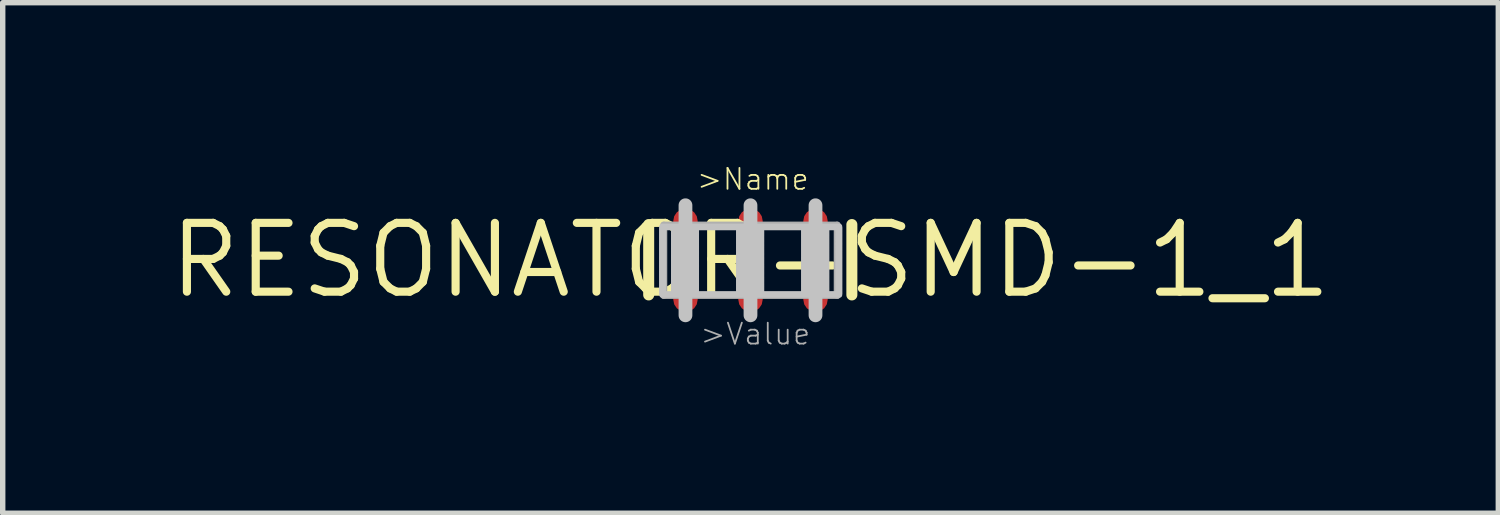
<source format=kicad_pcb>
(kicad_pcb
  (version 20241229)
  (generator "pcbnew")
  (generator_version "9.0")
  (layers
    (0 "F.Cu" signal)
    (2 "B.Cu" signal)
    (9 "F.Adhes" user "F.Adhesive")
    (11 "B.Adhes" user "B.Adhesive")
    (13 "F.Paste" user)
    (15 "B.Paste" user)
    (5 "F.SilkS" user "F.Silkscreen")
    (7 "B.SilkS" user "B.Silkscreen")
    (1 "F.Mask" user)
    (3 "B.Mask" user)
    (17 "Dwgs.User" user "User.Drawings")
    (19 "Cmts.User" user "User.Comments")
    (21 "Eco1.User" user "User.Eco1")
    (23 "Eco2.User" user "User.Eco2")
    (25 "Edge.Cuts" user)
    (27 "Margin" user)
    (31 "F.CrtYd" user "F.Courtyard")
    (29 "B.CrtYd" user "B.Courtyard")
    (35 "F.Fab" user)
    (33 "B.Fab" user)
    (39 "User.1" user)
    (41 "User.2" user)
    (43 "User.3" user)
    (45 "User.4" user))
  (footprint "RESONATOR-SMD-1_1"
    (layer "F.Cu")
    (at 10.802 1.754)
    (property "Reference" "RESONATOR-SMD-1_1" (at 0 0 0) (layer "F.SilkS") (effects (font (size 1.27 1.27) (thickness 0.15))))
    (attr through_hole)
    (fp_poly (pts (xy -1.75 0.77) (xy 1.745 0.77) (xy 1.745 -0.765) (xy -1.75 -0.765)) (stroke (width 0) (type solid)) (fill yes) (layer "F.Mask"))
    (fp_line (start -1.879 0.64) (end -1.879 -0.66) (stroke (width 0.203) (type solid)) (layer "F.SilkS"))
    (fp_line (start 1.871 -0.66) (end 1.871 0.64) (stroke (width 0.203) (type solid)) (layer "F.SilkS"))
    (fp_line (start -1.2 0) (end -1.2 -1.016) (stroke (width 0.254) (type solid)) (layer "Dwgs.User"))
    (fp_line (start -1.2 1.016) (end -1.2 0) (stroke (width 0.254) (type solid)) (layer "Dwgs.User"))
    (fp_line (start 0 0) (end 0 -1.016) (stroke (width 0.254) (type solid)) (layer "Dwgs.User"))
    (fp_line (start 0 0) (end 0 1.016) (stroke (width 0.254) (type solid)) (layer "Dwgs.User"))
    (fp_line (start 1.2 0) (end 1.2 -1.016) (stroke (width 0.254) (type solid)) (layer "Dwgs.User"))
    (fp_line (start 1.2 0) (end 1.2 1.016) (stroke (width 0.254) (type solid)) (layer "Dwgs.User"))
    (fp_poly (pts (xy -1.633 -0.604) (xy 1.643 -0.604) (xy 1.643 -0.626) (xy -1.633 -0.626)) (stroke (width 0.1) (type solid)) (fill no) (layer "Dwgs.User"))
    (fp_poly (pts (xy -1.633 -0.583) (xy -1.611 -0.583) (xy -1.611 -0.604) (xy -1.633 -0.604)) (stroke (width 0.1) (type solid)) (fill no) (layer "Dwgs.User"))
    (fp_poly (pts (xy -1.633 -0.561) (xy -1.611 -0.561) (xy -1.611 -0.583) (xy -1.633 -0.583)) (stroke (width 0.1) (type solid)) (fill no) (layer "Dwgs.User"))
    (fp_poly (pts (xy -1.633 -0.539) (xy -1.611 -0.539) (xy -1.611 -0.561) (xy -1.633 -0.561)) (stroke (width 0.1) (type solid)) (fill no) (layer "Dwgs.User"))
    (fp_poly (pts (xy -1.633 -0.517) (xy -1.611 -0.517) (xy -1.611 -0.539) (xy -1.633 -0.539)) (stroke (width 0.1) (type solid)) (fill no) (layer "Dwgs.User"))
    (fp_poly (pts (xy -1.633 -0.495) (xy -1.611 -0.495) (xy -1.611 -0.517) (xy -1.633 -0.517)) (stroke (width 0.1) (type solid)) (fill no) (layer "Dwgs.User"))
    (fp_poly (pts (xy -1.633 -0.473) (xy -1.611 -0.473) (xy -1.611 -0.495) (xy -1.633 -0.495)) (stroke (width 0.1) (type solid)) (fill no) (layer "Dwgs.User"))
    (fp_poly (pts (xy -1.633 -0.452) (xy -1.611 -0.452) (xy -1.611 -0.473) (xy -1.633 -0.473)) (stroke (width 0.1) (type solid)) (fill no) (layer "Dwgs.User"))
    (fp_poly (pts (xy -1.633 -0.43) (xy -1.611 -0.43) (xy -1.611 -0.452) (xy -1.633 -0.452)) (stroke (width 0.1) (type solid)) (fill no) (layer "Dwgs.User"))
    (fp_poly (pts (xy -1.633 -0.408) (xy -1.611 -0.408) (xy -1.611 -0.43) (xy -1.633 -0.43)) (stroke (width 0.1) (type solid)) (fill no) (layer "Dwgs.User"))
    (fp_poly (pts (xy -1.633 -0.386) (xy -1.611 -0.386) (xy -1.611 -0.408) (xy -1.633 -0.408)) (stroke (width 0.1) (type solid)) (fill no) (layer "Dwgs.User"))
    (fp_poly (pts (xy -1.633 -0.364) (xy -1.611 -0.364) (xy -1.611 -0.386) (xy -1.633 -0.386)) (stroke (width 0.1) (type solid)) (fill no) (layer "Dwgs.User"))
    (fp_poly (pts (xy -1.633 -0.342) (xy -1.611 -0.342) (xy -1.611 -0.364) (xy -1.633 -0.364)) (stroke (width 0.1) (type solid)) (fill no) (layer "Dwgs.User"))
    (fp_poly (pts (xy -1.633 -0.32) (xy -1.611 -0.32) (xy -1.611 -0.342) (xy -1.633 -0.342)) (stroke (width 0.1) (type solid)) (fill no) (layer "Dwgs.User"))
    (fp_poly (pts (xy -1.633 -0.299) (xy -1.611 -0.299) (xy -1.611 -0.32) (xy -1.633 -0.32)) (stroke (width 0.1) (type solid)) (fill no) (layer "Dwgs.User"))
    (fp_poly (pts (xy -1.633 -0.277) (xy -1.611 -0.277) (xy -1.611 -0.299) (xy -1.633 -0.299)) (stroke (width 0.1) (type solid)) (fill no) (layer "Dwgs.User"))
    (fp_poly (pts (xy -1.633 -0.255) (xy -1.611 -0.255) (xy -1.611 -0.277) (xy -1.633 -0.277)) (stroke (width 0.1) (type solid)) (fill no) (layer "Dwgs.User"))
    (fp_poly (pts (xy -1.633 -0.233) (xy -1.611 -0.233) (xy -1.611 -0.255) (xy -1.633 -0.255)) (stroke (width 0.1) (type solid)) (fill no) (layer "Dwgs.User"))
    (fp_poly (pts (xy -1.633 -0.211) (xy -1.611 -0.211) (xy -1.611 -0.233) (xy -1.633 -0.233)) (stroke (width 0.1) (type solid)) (fill no) (layer "Dwgs.User"))
    (fp_poly (pts (xy -1.633 -0.189) (xy -1.611 -0.189) (xy -1.611 -0.211) (xy -1.633 -0.211)) (stroke (width 0.1) (type solid)) (fill no) (layer "Dwgs.User"))
    (fp_poly (pts (xy -1.633 -0.168) (xy -1.611 -0.168) (xy -1.611 -0.189) (xy -1.633 -0.189)) (stroke (width 0.1) (type solid)) (fill no) (layer "Dwgs.User"))
    (fp_poly (pts (xy -1.633 -0.146) (xy -1.611 -0.146) (xy -1.611 -0.168) (xy -1.633 -0.168)) (stroke (width 0.1) (type solid)) (fill no) (layer "Dwgs.User"))
    (fp_poly (pts (xy -1.633 -0.124) (xy -1.611 -0.124) (xy -1.611 -0.146) (xy -1.633 -0.146)) (stroke (width 0.1) (type solid)) (fill no) (layer "Dwgs.User"))
    (fp_poly (pts (xy -1.633 -0.102) (xy -1.611 -0.102) (xy -1.611 -0.124) (xy -1.633 -0.124)) (stroke (width 0.1) (type solid)) (fill no) (layer "Dwgs.User"))
    (fp_poly (pts (xy -1.633 -0.08) (xy -1.611 -0.08) (xy -1.611 -0.102) (xy -1.633 -0.102)) (stroke (width 0.1) (type solid)) (fill no) (layer "Dwgs.User"))
    (fp_poly (pts (xy -1.633 -0.058) (xy -1.611 -0.058) (xy -1.611 -0.08) (xy -1.633 -0.08)) (stroke (width 0.1) (type solid)) (fill no) (layer "Dwgs.User"))
    (fp_poly (pts (xy -1.633 -0.037) (xy -1.611 -0.037) (xy -1.611 -0.058) (xy -1.633 -0.058)) (stroke (width 0.1) (type solid)) (fill no) (layer "Dwgs.User"))
    (fp_poly (pts (xy -1.633 -0.015) (xy -1.611 -0.015) (xy -1.611 -0.037) (xy -1.633 -0.037)) (stroke (width 0.1) (type solid)) (fill no) (layer "Dwgs.User"))
    (fp_poly (pts (xy -1.633 0.007) (xy -1.611 0.007) (xy -1.611 -0.015) (xy -1.633 -0.015)) (stroke (width 0.1) (type solid)) (fill no) (layer "Dwgs.User"))
    (fp_poly (pts (xy -1.633 0.029) (xy -1.611 0.029) (xy -1.611 0.007) (xy -1.633 0.007)) (stroke (width 0.1) (type solid)) (fill no) (layer "Dwgs.User"))
    (fp_poly (pts (xy -1.633 0.051) (xy -1.611 0.051) (xy -1.611 0.029) (xy -1.633 0.029)) (stroke (width 0.1) (type solid)) (fill no) (layer "Dwgs.User"))
    (fp_poly (pts (xy -1.633 0.073) (xy -1.611 0.073) (xy -1.611 0.051) (xy -1.633 0.051)) (stroke (width 0.1) (type solid)) (fill no) (layer "Dwgs.User"))
    (fp_poly (pts (xy -1.633 0.095) (xy -1.611 0.095) (xy -1.611 0.073) (xy -1.633 0.073)) (stroke (width 0.1) (type solid)) (fill no) (layer "Dwgs.User"))
    (fp_poly (pts (xy -1.633 0.116) (xy -1.611 0.116) (xy -1.611 0.095) (xy -1.633 0.095)) (stroke (width 0.1) (type solid)) (fill no) (layer "Dwgs.User"))
    (fp_poly (pts (xy -1.633 0.138) (xy -1.611 0.138) (xy -1.611 0.116) (xy -1.633 0.116)) (stroke (width 0.1) (type solid)) (fill no) (layer "Dwgs.User"))
    (fp_poly (pts (xy -1.633 0.16) (xy -1.611 0.16) (xy -1.611 0.138) (xy -1.633 0.138)) (stroke (width 0.1) (type solid)) (fill no) (layer "Dwgs.User"))
    (fp_poly (pts (xy -1.633 0.182) (xy -1.611 0.182) (xy -1.611 0.16) (xy -1.633 0.16)) (stroke (width 0.1) (type solid)) (fill no) (layer "Dwgs.User"))
    (fp_poly (pts (xy -1.633 0.204) (xy -1.611 0.204) (xy -1.611 0.182) (xy -1.633 0.182)) (stroke (width 0.1) (type solid)) (fill no) (layer "Dwgs.User"))
    (fp_poly (pts (xy -1.633 0.226) (xy -1.611 0.226) (xy -1.611 0.204) (xy -1.633 0.204)) (stroke (width 0.1) (type solid)) (fill no) (layer "Dwgs.User"))
    (fp_poly (pts (xy -1.633 0.247) (xy -1.611 0.247) (xy -1.611 0.226) (xy -1.633 0.226)) (stroke (width 0.1) (type solid)) (fill no) (layer "Dwgs.User"))
    (fp_poly (pts (xy -1.633 0.269) (xy -1.611 0.269) (xy -1.611 0.247) (xy -1.633 0.247)) (stroke (width 0.1) (type solid)) (fill no) (layer "Dwgs.User"))
    (fp_poly (pts (xy -1.633 0.291) (xy -1.611 0.291) (xy -1.611 0.269) (xy -1.633 0.269)) (stroke (width 0.1) (type solid)) (fill no) (layer "Dwgs.User"))
    (fp_poly (pts (xy -1.633 0.313) (xy -1.611 0.313) (xy -1.611 0.291) (xy -1.633 0.291)) (stroke (width 0.1) (type solid)) (fill no) (layer "Dwgs.User"))
    (fp_poly (pts (xy -1.633 0.335) (xy -1.611 0.335) (xy -1.611 0.313) (xy -1.633 0.313)) (stroke (width 0.1) (type solid)) (fill no) (layer "Dwgs.User"))
    (fp_poly (pts (xy -1.633 0.357) (xy -1.611 0.357) (xy -1.611 0.335) (xy -1.633 0.335)) (stroke (width 0.1) (type solid)) (fill no) (layer "Dwgs.User"))
    (fp_poly (pts (xy -1.633 0.379) (xy -1.611 0.379) (xy -1.611 0.357) (xy -1.633 0.357)) (stroke (width 0.1) (type solid)) (fill no) (layer "Dwgs.User"))
    (fp_poly (pts (xy -1.633 0.4) (xy -1.611 0.4) (xy -1.611 0.379) (xy -1.633 0.379)) (stroke (width 0.1) (type solid)) (fill no) (layer "Dwgs.User"))
    (fp_poly (pts (xy -1.633 0.422) (xy -1.611 0.422) (xy -1.611 0.4) (xy -1.633 0.4)) (stroke (width 0.1) (type solid)) (fill no) (layer "Dwgs.User"))
    (fp_poly (pts (xy -1.633 0.444) (xy -1.611 0.444) (xy -1.611 0.422) (xy -1.633 0.422)) (stroke (width 0.1) (type solid)) (fill no) (layer "Dwgs.User"))
    (fp_poly (pts (xy -1.633 0.466) (xy -1.611 0.466) (xy -1.611 0.444) (xy -1.633 0.444)) (stroke (width 0.1) (type solid)) (fill no) (layer "Dwgs.User"))
    (fp_poly (pts (xy -1.633 0.488) (xy -1.611 0.488) (xy -1.611 0.466) (xy -1.633 0.466)) (stroke (width 0.1) (type solid)) (fill no) (layer "Dwgs.User"))
    (fp_poly (pts (xy -1.633 0.51) (xy -1.611 0.51) (xy -1.611 0.488) (xy -1.633 0.488)) (stroke (width 0.1) (type solid)) (fill no) (layer "Dwgs.User"))
    (fp_poly (pts (xy -1.633 0.531) (xy -1.611 0.531) (xy -1.611 0.51) (xy -1.633 0.51)) (stroke (width 0.1) (type solid)) (fill no) (layer "Dwgs.User"))
    (fp_poly (pts (xy -1.633 0.553) (xy -1.611 0.553) (xy -1.611 0.531) (xy -1.633 0.531)) (stroke (width 0.1) (type solid)) (fill no) (layer "Dwgs.User"))
    (fp_poly (pts (xy -1.633 0.575) (xy -1.611 0.575) (xy -1.611 0.553) (xy -1.633 0.553)) (stroke (width 0.1) (type solid)) (fill no) (layer "Dwgs.User"))
    (fp_poly (pts (xy -1.633 0.597) (xy -1.611 0.597) (xy -1.611 0.575) (xy -1.633 0.575)) (stroke (width 0.1) (type solid)) (fill no) (layer "Dwgs.User"))
    (fp_poly (pts (xy -1.633 0.619) (xy -1.611 0.619) (xy -1.611 0.597) (xy -1.633 0.597)) (stroke (width 0.1) (type solid)) (fill no) (layer "Dwgs.User"))
    (fp_poly (pts (xy -1.633 0.641) (xy 1.643 0.641) (xy 1.643 0.619) (xy -1.633 0.619)) (stroke (width 0.1) (type solid)) (fill no) (layer "Dwgs.User"))
    (fp_poly (pts (xy -1.415 -0.583) (xy -1 -0.583) (xy -1 -0.604) (xy -1.415 -0.604)) (stroke (width 0.1) (type solid)) (fill no) (layer "Dwgs.User"))
    (fp_poly (pts (xy -1.415 -0.561) (xy -1 -0.561) (xy -1 -0.583) (xy -1.415 -0.583)) (stroke (width 0.1) (type solid)) (fill no) (layer "Dwgs.User"))
    (fp_poly (pts (xy -1.415 -0.539) (xy -1 -0.539) (xy -1 -0.561) (xy -1.415 -0.561)) (stroke (width 0.1) (type solid)) (fill no) (layer "Dwgs.User"))
    (fp_poly (pts (xy -1.415 -0.517) (xy -1 -0.517) (xy -1 -0.539) (xy -1.415 -0.539)) (stroke (width 0.1) (type solid)) (fill no) (layer "Dwgs.User"))
    (fp_poly (pts (xy -1.415 -0.495) (xy -1 -0.495) (xy -1 -0.517) (xy -1.415 -0.517)) (stroke (width 0.1) (type solid)) (fill no) (layer "Dwgs.User"))
    (fp_poly (pts (xy -1.415 -0.473) (xy -1 -0.473) (xy -1 -0.495) (xy -1.415 -0.495)) (stroke (width 0.1) (type solid)) (fill no) (layer "Dwgs.User"))
    (fp_poly (pts (xy -1.415 -0.452) (xy -1 -0.452) (xy -1 -0.473) (xy -1.415 -0.473)) (stroke (width 0.1) (type solid)) (fill no) (layer "Dwgs.User"))
    (fp_poly (pts (xy -1.415 -0.43) (xy -1 -0.43) (xy -1 -0.452) (xy -1.415 -0.452)) (stroke (width 0.1) (type solid)) (fill no) (layer "Dwgs.User"))
    (fp_poly (pts (xy -1.415 -0.408) (xy -1 -0.408) (xy -1 -0.43) (xy -1.415 -0.43)) (stroke (width 0.1) (type solid)) (fill no) (layer "Dwgs.User"))
    (fp_poly (pts (xy -1.415 -0.386) (xy -1 -0.386) (xy -1 -0.408) (xy -1.415 -0.408)) (stroke (width 0.1) (type solid)) (fill no) (layer "Dwgs.User"))
    (fp_poly (pts (xy -1.415 -0.364) (xy -1 -0.364) (xy -1 -0.386) (xy -1.415 -0.386)) (stroke (width 0.1) (type solid)) (fill no) (layer "Dwgs.User"))
    (fp_poly (pts (xy -1.415 -0.342) (xy -1 -0.342) (xy -1 -0.364) (xy -1.415 -0.364)) (stroke (width 0.1) (type solid)) (fill no) (layer "Dwgs.User"))
    (fp_poly (pts (xy -1.415 -0.32) (xy -1 -0.32) (xy -1 -0.342) (xy -1.415 -0.342)) (stroke (width 0.1) (type solid)) (fill no) (layer "Dwgs.User"))
    (fp_poly (pts (xy -1.415 -0.299) (xy -1 -0.299) (xy -1 -0.32) (xy -1.415 -0.32)) (stroke (width 0.1) (type solid)) (fill no) (layer "Dwgs.User"))
    (fp_poly (pts (xy -1.415 -0.277) (xy -1 -0.277) (xy -1 -0.299) (xy -1.415 -0.299)) (stroke (width 0.1) (type solid)) (fill no) (layer "Dwgs.User"))
    (fp_poly (pts (xy -1.415 -0.255) (xy -1 -0.255) (xy -1 -0.277) (xy -1.415 -0.277)) (stroke (width 0.1) (type solid)) (fill no) (layer "Dwgs.User"))
    (fp_poly (pts (xy -1.415 -0.233) (xy -1 -0.233) (xy -1 -0.255) (xy -1.415 -0.255)) (stroke (width 0.1) (type solid)) (fill no) (layer "Dwgs.User"))
    (fp_poly (pts (xy -1.415 -0.211) (xy -1 -0.211) (xy -1 -0.233) (xy -1.415 -0.233)) (stroke (width 0.1) (type solid)) (fill no) (layer "Dwgs.User"))
    (fp_poly (pts (xy -1.415 -0.189) (xy -1 -0.189) (xy -1 -0.211) (xy -1.415 -0.211)) (stroke (width 0.1) (type solid)) (fill no) (layer "Dwgs.User"))
    (fp_poly (pts (xy -1.415 -0.168) (xy -1 -0.168) (xy -1 -0.189) (xy -1.415 -0.189)) (stroke (width 0.1) (type solid)) (fill no) (layer "Dwgs.User"))
    (fp_poly (pts (xy -1.415 -0.146) (xy -1 -0.146) (xy -1 -0.168) (xy -1.415 -0.168)) (stroke (width 0.1) (type solid)) (fill no) (layer "Dwgs.User"))
    (fp_poly (pts (xy -1.415 -0.124) (xy -1 -0.124) (xy -1 -0.146) (xy -1.415 -0.146)) (stroke (width 0.1) (type solid)) (fill no) (layer "Dwgs.User"))
    (fp_poly (pts (xy -1.415 -0.102) (xy -1 -0.102) (xy -1 -0.124) (xy -1.415 -0.124)) (stroke (width 0.1) (type solid)) (fill no) (layer "Dwgs.User"))
    (fp_poly (pts (xy -1.415 -0.08) (xy -1 -0.08) (xy -1 -0.102) (xy -1.415 -0.102)) (stroke (width 0.1) (type solid)) (fill no) (layer "Dwgs.User"))
    (fp_poly (pts (xy -1.415 -0.058) (xy -1 -0.058) (xy -1 -0.08) (xy -1.415 -0.08)) (stroke (width 0.1) (type solid)) (fill no) (layer "Dwgs.User"))
    (fp_poly (pts (xy -1.415 -0.037) (xy -1 -0.037) (xy -1 -0.058) (xy -1.415 -0.058)) (stroke (width 0.1) (type solid)) (fill no) (layer "Dwgs.User"))
    (fp_poly (pts (xy -1.415 -0.015) (xy -1 -0.015) (xy -1 -0.037) (xy -1.415 -0.037)) (stroke (width 0.1) (type solid)) (fill no) (layer "Dwgs.User"))
    (fp_poly (pts (xy -1.415 0.007) (xy -1 0.007) (xy -1 -0.015) (xy -1.415 -0.015)) (stroke (width 0.1) (type solid)) (fill no) (layer "Dwgs.User"))
    (fp_poly (pts (xy -1.415 0.029) (xy -1 0.029) (xy -1 0.007) (xy -1.415 0.007)) (stroke (width 0.1) (type solid)) (fill no) (layer "Dwgs.User"))
    (fp_poly (pts (xy -1.415 0.051) (xy -1 0.051) (xy -1 0.029) (xy -1.415 0.029)) (stroke (width 0.1) (type solid)) (fill no) (layer "Dwgs.User"))
    (fp_poly (pts (xy -1.415 0.073) (xy -1 0.073) (xy -1 0.051) (xy -1.415 0.051)) (stroke (width 0.1) (type solid)) (fill no) (layer "Dwgs.User"))
    (fp_poly (pts (xy -1.415 0.095) (xy -1 0.095) (xy -1 0.073) (xy -1.415 0.073)) (stroke (width 0.1) (type solid)) (fill no) (layer "Dwgs.User"))
    (fp_poly (pts (xy -1.415 0.116) (xy -1 0.116) (xy -1 0.095) (xy -1.415 0.095)) (stroke (width 0.1) (type solid)) (fill no) (layer "Dwgs.User"))
    (fp_poly (pts (xy -1.415 0.138) (xy -1 0.138) (xy -1 0.116) (xy -1.415 0.116)) (stroke (width 0.1) (type solid)) (fill no) (layer "Dwgs.User"))
    (fp_poly (pts (xy -1.415 0.16) (xy -1 0.16) (xy -1 0.138) (xy -1.415 0.138)) (stroke (width 0.1) (type solid)) (fill no) (layer "Dwgs.User"))
    (fp_poly (pts (xy -1.415 0.182) (xy -1 0.182) (xy -1 0.16) (xy -1.415 0.16)) (stroke (width 0.1) (type solid)) (fill no) (layer "Dwgs.User"))
    (fp_poly (pts (xy -1.415 0.204) (xy -1 0.204) (xy -1 0.182) (xy -1.415 0.182)) (stroke (width 0.1) (type solid)) (fill no) (layer "Dwgs.User"))
    (fp_poly (pts (xy -1.415 0.226) (xy -1 0.226) (xy -1 0.204) (xy -1.415 0.204)) (stroke (width 0.1) (type solid)) (fill no) (layer "Dwgs.User"))
    (fp_poly (pts (xy -1.415 0.247) (xy -1 0.247) (xy -1 0.226) (xy -1.415 0.226)) (stroke (width 0.1) (type solid)) (fill no) (layer "Dwgs.User"))
    (fp_poly (pts (xy -1.415 0.269) (xy -1 0.269) (xy -1 0.247) (xy -1.415 0.247)) (stroke (width 0.1) (type solid)) (fill no) (layer "Dwgs.User"))
    (fp_poly (pts (xy -1.415 0.291) (xy -1 0.291) (xy -1 0.269) (xy -1.415 0.269)) (stroke (width 0.1) (type solid)) (fill no) (layer "Dwgs.User"))
    (fp_poly (pts (xy -1.415 0.313) (xy -1 0.313) (xy -1 0.291) (xy -1.415 0.291)) (stroke (width 0.1) (type solid)) (fill no) (layer "Dwgs.User"))
    (fp_poly (pts (xy -1.415 0.335) (xy -1 0.335) (xy -1 0.313) (xy -1.415 0.313)) (stroke (width 0.1) (type solid)) (fill no) (layer "Dwgs.User"))
    (fp_poly (pts (xy -1.415 0.357) (xy -1 0.357) (xy -1 0.335) (xy -1.415 0.335)) (stroke (width 0.1) (type solid)) (fill no) (layer "Dwgs.User"))
    (fp_poly (pts (xy -1.415 0.379) (xy -1 0.379) (xy -1 0.357) (xy -1.415 0.357)) (stroke (width 0.1) (type solid)) (fill no) (layer "Dwgs.User"))
    (fp_poly (pts (xy -1.415 0.4) (xy -1 0.4) (xy -1 0.379) (xy -1.415 0.379)) (stroke (width 0.1) (type solid)) (fill no) (layer "Dwgs.User"))
    (fp_poly (pts (xy -1.415 0.422) (xy -1 0.422) (xy -1 0.4) (xy -1.415 0.4)) (stroke (width 0.1) (type solid)) (fill no) (layer "Dwgs.User"))
    (fp_poly (pts (xy -1.415 0.444) (xy -1 0.444) (xy -1 0.422) (xy -1.415 0.422)) (stroke (width 0.1) (type solid)) (fill no) (layer "Dwgs.User"))
    (fp_poly (pts (xy -1.415 0.466) (xy -1 0.466) (xy -1 0.444) (xy -1.415 0.444)) (stroke (width 0.1) (type solid)) (fill no) (layer "Dwgs.User"))
    (fp_poly (pts (xy -1.415 0.488) (xy -1 0.488) (xy -1 0.466) (xy -1.415 0.466)) (stroke (width 0.1) (type solid)) (fill no) (layer "Dwgs.User"))
    (fp_poly (pts (xy -1.415 0.51) (xy -1 0.51) (xy -1 0.488) (xy -1.415 0.488)) (stroke (width 0.1) (type solid)) (fill no) (layer "Dwgs.User"))
    (fp_poly (pts (xy -1.415 0.531) (xy -1 0.531) (xy -1 0.51) (xy -1.415 0.51)) (stroke (width 0.1) (type solid)) (fill no) (layer "Dwgs.User"))
    (fp_poly (pts (xy -1.415 0.553) (xy -1 0.553) (xy -1 0.531) (xy -1.415 0.531)) (stroke (width 0.1) (type solid)) (fill no) (layer "Dwgs.User"))
    (fp_poly (pts (xy -1.415 0.575) (xy -1 0.575) (xy -1 0.553) (xy -1.415 0.553)) (stroke (width 0.1) (type solid)) (fill no) (layer "Dwgs.User"))
    (fp_poly (pts (xy -1.415 0.597) (xy -1 0.597) (xy -1 0.575) (xy -1.415 0.575)) (stroke (width 0.1) (type solid)) (fill no) (layer "Dwgs.User"))
    (fp_poly (pts (xy -1.415 0.619) (xy -1 0.619) (xy -1 0.597) (xy -1.415 0.597)) (stroke (width 0.1) (type solid)) (fill no) (layer "Dwgs.User"))
    (fp_poly (pts (xy -0.213 -0.583) (xy 0.202 -0.583) (xy 0.202 -0.604) (xy -0.213 -0.604)) (stroke (width 0.1) (type solid)) (fill no) (layer "Dwgs.User"))
    (fp_poly (pts (xy -0.213 -0.561) (xy 0.202 -0.561) (xy 0.202 -0.583) (xy -0.213 -0.583)) (stroke (width 0.1) (type solid)) (fill no) (layer "Dwgs.User"))
    (fp_poly (pts (xy -0.213 -0.539) (xy 0.202 -0.539) (xy 0.202 -0.561) (xy -0.213 -0.561)) (stroke (width 0.1) (type solid)) (fill no) (layer "Dwgs.User"))
    (fp_poly (pts (xy -0.213 -0.517) (xy 0.202 -0.517) (xy 0.202 -0.539) (xy -0.213 -0.539)) (stroke (width 0.1) (type solid)) (fill no) (layer "Dwgs.User"))
    (fp_poly (pts (xy -0.213 -0.495) (xy 0.202 -0.495) (xy 0.202 -0.517) (xy -0.213 -0.517)) (stroke (width 0.1) (type solid)) (fill no) (layer "Dwgs.User"))
    (fp_poly (pts (xy -0.213 -0.473) (xy 0.202 -0.473) (xy 0.202 -0.495) (xy -0.213 -0.495)) (stroke (width 0.1) (type solid)) (fill no) (layer "Dwgs.User"))
    (fp_poly (pts (xy -0.213 -0.452) (xy 0.202 -0.452) (xy 0.202 -0.473) (xy -0.213 -0.473)) (stroke (width 0.1) (type solid)) (fill no) (layer "Dwgs.User"))
    (fp_poly (pts (xy -0.213 -0.43) (xy 0.202 -0.43) (xy 0.202 -0.452) (xy -0.213 -0.452)) (stroke (width 0.1) (type solid)) (fill no) (layer "Dwgs.User"))
    (fp_poly (pts (xy -0.213 -0.408) (xy 0.202 -0.408) (xy 0.202 -0.43) (xy -0.213 -0.43)) (stroke (width 0.1) (type solid)) (fill no) (layer "Dwgs.User"))
    (fp_poly (pts (xy -0.213 -0.386) (xy 0.202 -0.386) (xy 0.202 -0.408) (xy -0.213 -0.408)) (stroke (width 0.1) (type solid)) (fill no) (layer "Dwgs.User"))
    (fp_poly (pts (xy -0.213 -0.364) (xy 0.202 -0.364) (xy 0.202 -0.386) (xy -0.213 -0.386)) (stroke (width 0.1) (type solid)) (fill no) (layer "Dwgs.User"))
    (fp_poly (pts (xy -0.213 -0.342) (xy 0.202 -0.342) (xy 0.202 -0.364) (xy -0.213 -0.364)) (stroke (width 0.1) (type solid)) (fill no) (layer "Dwgs.User"))
    (fp_poly (pts (xy -0.213 -0.32) (xy 0.202 -0.32) (xy 0.202 -0.342) (xy -0.213 -0.342)) (stroke (width 0.1) (type solid)) (fill no) (layer "Dwgs.User"))
    (fp_poly (pts (xy -0.213 -0.299) (xy 0.202 -0.299) (xy 0.202 -0.32) (xy -0.213 -0.32)) (stroke (width 0.1) (type solid)) (fill no) (layer "Dwgs.User"))
    (fp_poly (pts (xy -0.213 -0.277) (xy 0.202 -0.277) (xy 0.202 -0.299) (xy -0.213 -0.299)) (stroke (width 0.1) (type solid)) (fill no) (layer "Dwgs.User"))
    (fp_poly (pts (xy -0.213 -0.255) (xy 0.202 -0.255) (xy 0.202 -0.277) (xy -0.213 -0.277)) (stroke (width 0.1) (type solid)) (fill no) (layer "Dwgs.User"))
    (fp_poly (pts (xy -0.213 -0.233) (xy 0.202 -0.233) (xy 0.202 -0.255) (xy -0.213 -0.255)) (stroke (width 0.1) (type solid)) (fill no) (layer "Dwgs.User"))
    (fp_poly (pts (xy -0.213 -0.211) (xy 0.202 -0.211) (xy 0.202 -0.233) (xy -0.213 -0.233)) (stroke (width 0.1) (type solid)) (fill no) (layer "Dwgs.User"))
    (fp_poly (pts (xy -0.213 -0.189) (xy 0.202 -0.189) (xy 0.202 -0.211) (xy -0.213 -0.211)) (stroke (width 0.1) (type solid)) (fill no) (layer "Dwgs.User"))
    (fp_poly (pts (xy -0.213 -0.168) (xy 0.202 -0.168) (xy 0.202 -0.189) (xy -0.213 -0.189)) (stroke (width 0.1) (type solid)) (fill no) (layer "Dwgs.User"))
    (fp_poly (pts (xy -0.213 -0.146) (xy 0.202 -0.146) (xy 0.202 -0.168) (xy -0.213 -0.168)) (stroke (width 0.1) (type solid)) (fill no) (layer "Dwgs.User"))
    (fp_poly (pts (xy -0.213 -0.124) (xy 0.202 -0.124) (xy 0.202 -0.146) (xy -0.213 -0.146)) (stroke (width 0.1) (type solid)) (fill no) (layer "Dwgs.User"))
    (fp_poly (pts (xy -0.213 -0.102) (xy 0.202 -0.102) (xy 0.202 -0.124) (xy -0.213 -0.124)) (stroke (width 0.1) (type solid)) (fill no) (layer "Dwgs.User"))
    (fp_poly (pts (xy -0.213 -0.08) (xy 0.202 -0.08) (xy 0.202 -0.102) (xy -0.213 -0.102)) (stroke (width 0.1) (type solid)) (fill no) (layer "Dwgs.User"))
    (fp_poly (pts (xy -0.213 -0.058) (xy 0.202 -0.058) (xy 0.202 -0.08) (xy -0.213 -0.08)) (stroke (width 0.1) (type solid)) (fill no) (layer "Dwgs.User"))
    (fp_poly (pts (xy -0.213 -0.037) (xy 0.202 -0.037) (xy 0.202 -0.058) (xy -0.213 -0.058)) (stroke (width 0.1) (type solid)) (fill no) (layer "Dwgs.User"))
    (fp_poly (pts (xy -0.213 -0.015) (xy 0.202 -0.015) (xy 0.202 -0.037) (xy -0.213 -0.037)) (stroke (width 0.1) (type solid)) (fill no) (layer "Dwgs.User"))
    (fp_poly (pts (xy -0.213 0.007) (xy 0.202 0.007) (xy 0.202 -0.015) (xy -0.213 -0.015)) (stroke (width 0.1) (type solid)) (fill no) (layer "Dwgs.User"))
    (fp_poly (pts (xy -0.213 0.029) (xy 0.202 0.029) (xy 0.202 0.007) (xy -0.213 0.007)) (stroke (width 0.1) (type solid)) (fill no) (layer "Dwgs.User"))
    (fp_poly (pts (xy -0.213 0.051) (xy 0.202 0.051) (xy 0.202 0.029) (xy -0.213 0.029)) (stroke (width 0.1) (type solid)) (fill no) (layer "Dwgs.User"))
    (fp_poly (pts (xy -0.213 0.073) (xy 0.202 0.073) (xy 0.202 0.051) (xy -0.213 0.051)) (stroke (width 0.1) (type solid)) (fill no) (layer "Dwgs.User"))
    (fp_poly (pts (xy -0.213 0.095) (xy 0.202 0.095) (xy 0.202 0.073) (xy -0.213 0.073)) (stroke (width 0.1) (type solid)) (fill no) (layer "Dwgs.User"))
    (fp_poly (pts (xy -0.213 0.116) (xy 0.202 0.116) (xy 0.202 0.095) (xy -0.213 0.095)) (stroke (width 0.1) (type solid)) (fill no) (layer "Dwgs.User"))
    (fp_poly (pts (xy -0.213 0.138) (xy 0.202 0.138) (xy 0.202 0.116) (xy -0.213 0.116)) (stroke (width 0.1) (type solid)) (fill no) (layer "Dwgs.User"))
    (fp_poly (pts (xy -0.213 0.16) (xy 0.202 0.16) (xy 0.202 0.138) (xy -0.213 0.138)) (stroke (width 0.1) (type solid)) (fill no) (layer "Dwgs.User"))
    (fp_poly (pts (xy -0.213 0.182) (xy 0.202 0.182) (xy 0.202 0.16) (xy -0.213 0.16)) (stroke (width 0.1) (type solid)) (fill no) (layer "Dwgs.User"))
    (fp_poly (pts (xy -0.213 0.204) (xy 0.202 0.204) (xy 0.202 0.182) (xy -0.213 0.182)) (stroke (width 0.1) (type solid)) (fill no) (layer "Dwgs.User"))
    (fp_poly (pts (xy -0.213 0.226) (xy 0.202 0.226) (xy 0.202 0.204) (xy -0.213 0.204)) (stroke (width 0.1) (type solid)) (fill no) (layer "Dwgs.User"))
    (fp_poly (pts (xy -0.213 0.247) (xy 0.202 0.247) (xy 0.202 0.226) (xy -0.213 0.226)) (stroke (width 0.1) (type solid)) (fill no) (layer "Dwgs.User"))
    (fp_poly (pts (xy -0.213 0.269) (xy 0.202 0.269) (xy 0.202 0.247) (xy -0.213 0.247)) (stroke (width 0.1) (type solid)) (fill no) (layer "Dwgs.User"))
    (fp_poly (pts (xy -0.213 0.291) (xy 0.202 0.291) (xy 0.202 0.269) (xy -0.213 0.269)) (stroke (width 0.1) (type solid)) (fill no) (layer "Dwgs.User"))
    (fp_poly (pts (xy -0.213 0.313) (xy 0.202 0.313) (xy 0.202 0.291) (xy -0.213 0.291)) (stroke (width 0.1) (type solid)) (fill no) (layer "Dwgs.User"))
    (fp_poly (pts (xy -0.213 0.335) (xy 0.202 0.335) (xy 0.202 0.313) (xy -0.213 0.313)) (stroke (width 0.1) (type solid)) (fill no) (layer "Dwgs.User"))
    (fp_poly (pts (xy -0.213 0.357) (xy 0.202 0.357) (xy 0.202 0.335) (xy -0.213 0.335)) (stroke (width 0.1) (type solid)) (fill no) (layer "Dwgs.User"))
    (fp_poly (pts (xy -0.213 0.379) (xy 0.202 0.379) (xy 0.202 0.357) (xy -0.213 0.357)) (stroke (width 0.1) (type solid)) (fill no) (layer "Dwgs.User"))
    (fp_poly (pts (xy -0.213 0.4) (xy 0.202 0.4) (xy 0.202 0.379) (xy -0.213 0.379)) (stroke (width 0.1) (type solid)) (fill no) (layer "Dwgs.User"))
    (fp_poly (pts (xy -0.213 0.422) (xy 0.202 0.422) (xy 0.202 0.4) (xy -0.213 0.4)) (stroke (width 0.1) (type solid)) (fill no) (layer "Dwgs.User"))
    (fp_poly (pts (xy -0.213 0.444) (xy 0.202 0.444) (xy 0.202 0.422) (xy -0.213 0.422)) (stroke (width 0.1) (type solid)) (fill no) (layer "Dwgs.User"))
    (fp_poly (pts (xy -0.213 0.466) (xy 0.202 0.466) (xy 0.202 0.444) (xy -0.213 0.444)) (stroke (width 0.1) (type solid)) (fill no) (layer "Dwgs.User"))
    (fp_poly (pts (xy -0.213 0.488) (xy 0.202 0.488) (xy 0.202 0.466) (xy -0.213 0.466)) (stroke (width 0.1) (type solid)) (fill no) (layer "Dwgs.User"))
    (fp_poly (pts (xy -0.213 0.51) (xy 0.202 0.51) (xy 0.202 0.488) (xy -0.213 0.488)) (stroke (width 0.1) (type solid)) (fill no) (layer "Dwgs.User"))
    (fp_poly (pts (xy -0.213 0.531) (xy 0.202 0.531) (xy 0.202 0.51) (xy -0.213 0.51)) (stroke (width 0.1) (type solid)) (fill no) (layer "Dwgs.User"))
    (fp_poly (pts (xy -0.213 0.553) (xy 0.202 0.553) (xy 0.202 0.531) (xy -0.213 0.531)) (stroke (width 0.1) (type solid)) (fill no) (layer "Dwgs.User"))
    (fp_poly (pts (xy -0.213 0.575) (xy 0.202 0.575) (xy 0.202 0.553) (xy -0.213 0.553)) (stroke (width 0.1) (type solid)) (fill no) (layer "Dwgs.User"))
    (fp_poly (pts (xy -0.213 0.597) (xy 0.202 0.597) (xy 0.202 0.575) (xy -0.213 0.575)) (stroke (width 0.1) (type solid)) (fill no) (layer "Dwgs.User"))
    (fp_poly (pts (xy -0.213 0.619) (xy 0.202 0.619) (xy 0.202 0.597) (xy -0.213 0.597)) (stroke (width 0.1) (type solid)) (fill no) (layer "Dwgs.User"))
    (fp_poly (pts (xy 0.988 -0.583) (xy 1.403 -0.583) (xy 1.403 -0.604) (xy 0.988 -0.604)) (stroke (width 0.1) (type solid)) (fill no) (layer "Dwgs.User"))
    (fp_poly (pts (xy 0.988 -0.561) (xy 1.403 -0.561) (xy 1.403 -0.583) (xy 0.988 -0.583)) (stroke (width 0.1) (type solid)) (fill no) (layer "Dwgs.User"))
    (fp_poly (pts (xy 0.988 -0.539) (xy 1.403 -0.539) (xy 1.403 -0.561) (xy 0.988 -0.561)) (stroke (width 0.1) (type solid)) (fill no) (layer "Dwgs.User"))
    (fp_poly (pts (xy 0.988 -0.517) (xy 1.403 -0.517) (xy 1.403 -0.539) (xy 0.988 -0.539)) (stroke (width 0.1) (type solid)) (fill no) (layer "Dwgs.User"))
    (fp_poly (pts (xy 0.988 -0.495) (xy 1.403 -0.495) (xy 1.403 -0.517) (xy 0.988 -0.517)) (stroke (width 0.1) (type solid)) (fill no) (layer "Dwgs.User"))
    (fp_poly (pts (xy 0.988 -0.473) (xy 1.403 -0.473) (xy 1.403 -0.495) (xy 0.988 -0.495)) (stroke (width 0.1) (type solid)) (fill no) (layer "Dwgs.User"))
    (fp_poly (pts (xy 0.988 -0.452) (xy 1.403 -0.452) (xy 1.403 -0.473) (xy 0.988 -0.473)) (stroke (width 0.1) (type solid)) (fill no) (layer "Dwgs.User"))
    (fp_poly (pts (xy 0.988 -0.43) (xy 1.403 -0.43) (xy 1.403 -0.452) (xy 0.988 -0.452)) (stroke (width 0.1) (type solid)) (fill no) (layer "Dwgs.User"))
    (fp_poly (pts (xy 0.988 -0.408) (xy 1.403 -0.408) (xy 1.403 -0.43) (xy 0.988 -0.43)) (stroke (width 0.1) (type solid)) (fill no) (layer "Dwgs.User"))
    (fp_poly (pts (xy 0.988 -0.386) (xy 1.403 -0.386) (xy 1.403 -0.408) (xy 0.988 -0.408)) (stroke (width 0.1) (type solid)) (fill no) (layer "Dwgs.User"))
    (fp_poly (pts (xy 0.988 -0.364) (xy 1.403 -0.364) (xy 1.403 -0.386) (xy 0.988 -0.386)) (stroke (width 0.1) (type solid)) (fill no) (layer "Dwgs.User"))
    (fp_poly (pts (xy 0.988 -0.342) (xy 1.403 -0.342) (xy 1.403 -0.364) (xy 0.988 -0.364)) (stroke (width 0.1) (type solid)) (fill no) (layer "Dwgs.User"))
    (fp_poly (pts (xy 0.988 -0.32) (xy 1.403 -0.32) (xy 1.403 -0.342) (xy 0.988 -0.342)) (stroke (width 0.1) (type solid)) (fill no) (layer "Dwgs.User"))
    (fp_poly (pts (xy 0.988 -0.299) (xy 1.403 -0.299) (xy 1.403 -0.32) (xy 0.988 -0.32)) (stroke (width 0.1) (type solid)) (fill no) (layer "Dwgs.User"))
    (fp_poly (pts (xy 0.988 -0.277) (xy 1.403 -0.277) (xy 1.403 -0.299) (xy 0.988 -0.299)) (stroke (width 0.1) (type solid)) (fill no) (layer "Dwgs.User"))
    (fp_poly (pts (xy 0.988 -0.255) (xy 1.403 -0.255) (xy 1.403 -0.277) (xy 0.988 -0.277)) (stroke (width 0.1) (type solid)) (fill no) (layer "Dwgs.User"))
    (fp_poly (pts (xy 0.988 -0.233) (xy 1.403 -0.233) (xy 1.403 -0.255) (xy 0.988 -0.255)) (stroke (width 0.1) (type solid)) (fill no) (layer "Dwgs.User"))
    (fp_poly (pts (xy 0.988 -0.211) (xy 1.403 -0.211) (xy 1.403 -0.233) (xy 0.988 -0.233)) (stroke (width 0.1) (type solid)) (fill no) (layer "Dwgs.User"))
    (fp_poly (pts (xy 0.988 -0.189) (xy 1.403 -0.189) (xy 1.403 -0.211) (xy 0.988 -0.211)) (stroke (width 0.1) (type solid)) (fill no) (layer "Dwgs.User"))
    (fp_poly (pts (xy 0.988 -0.168) (xy 1.403 -0.168) (xy 1.403 -0.189) (xy 0.988 -0.189)) (stroke (width 0.1) (type solid)) (fill no) (layer "Dwgs.User"))
    (fp_poly (pts (xy 0.988 -0.146) (xy 1.403 -0.146) (xy 1.403 -0.168) (xy 0.988 -0.168)) (stroke (width 0.1) (type solid)) (fill no) (layer "Dwgs.User"))
    (fp_poly (pts (xy 0.988 -0.124) (xy 1.403 -0.124) (xy 1.403 -0.146) (xy 0.988 -0.146)) (stroke (width 0.1) (type solid)) (fill no) (layer "Dwgs.User"))
    (fp_poly (pts (xy 0.988 -0.102) (xy 1.403 -0.102) (xy 1.403 -0.124) (xy 0.988 -0.124)) (stroke (width 0.1) (type solid)) (fill no) (layer "Dwgs.User"))
    (fp_poly (pts (xy 0.988 -0.08) (xy 1.403 -0.08) (xy 1.403 -0.102) (xy 0.988 -0.102)) (stroke (width 0.1) (type solid)) (fill no) (layer "Dwgs.User"))
    (fp_poly (pts (xy 0.988 -0.058) (xy 1.403 -0.058) (xy 1.403 -0.08) (xy 0.988 -0.08)) (stroke (width 0.1) (type solid)) (fill no) (layer "Dwgs.User"))
    (fp_poly (pts (xy 0.988 -0.037) (xy 1.403 -0.037) (xy 1.403 -0.058) (xy 0.988 -0.058)) (stroke (width 0.1) (type solid)) (fill no) (layer "Dwgs.User"))
    (fp_poly (pts (xy 0.988 -0.015) (xy 1.403 -0.015) (xy 1.403 -0.037) (xy 0.988 -0.037)) (stroke (width 0.1) (type solid)) (fill no) (layer "Dwgs.User"))
    (fp_poly (pts (xy 0.988 0.007) (xy 1.403 0.007) (xy 1.403 -0.015) (xy 0.988 -0.015)) (stroke (width 0.1) (type solid)) (fill no) (layer "Dwgs.User"))
    (fp_poly (pts (xy 0.988 0.029) (xy 1.403 0.029) (xy 1.403 0.007) (xy 0.988 0.007)) (stroke (width 0.1) (type solid)) (fill no) (layer "Dwgs.User"))
    (fp_poly (pts (xy 0.988 0.051) (xy 1.403 0.051) (xy 1.403 0.029) (xy 0.988 0.029)) (stroke (width 0.1) (type solid)) (fill no) (layer "Dwgs.User"))
    (fp_poly (pts (xy 0.988 0.073) (xy 1.403 0.073) (xy 1.403 0.051) (xy 0.988 0.051)) (stroke (width 0.1) (type solid)) (fill no) (layer "Dwgs.User"))
    (fp_poly (pts (xy 0.988 0.095) (xy 1.403 0.095) (xy 1.403 0.073) (xy 0.988 0.073)) (stroke (width 0.1) (type solid)) (fill no) (layer "Dwgs.User"))
    (fp_poly (pts (xy 0.988 0.116) (xy 1.403 0.116) (xy 1.403 0.095) (xy 0.988 0.095)) (stroke (width 0.1) (type solid)) (fill no) (layer "Dwgs.User"))
    (fp_poly (pts (xy 0.988 0.138) (xy 1.403 0.138) (xy 1.403 0.116) (xy 0.988 0.116)) (stroke (width 0.1) (type solid)) (fill no) (layer "Dwgs.User"))
    (fp_poly (pts (xy 0.988 0.16) (xy 1.403 0.16) (xy 1.403 0.138) (xy 0.988 0.138)) (stroke (width 0.1) (type solid)) (fill no) (layer "Dwgs.User"))
    (fp_poly (pts (xy 0.988 0.182) (xy 1.403 0.182) (xy 1.403 0.16) (xy 0.988 0.16)) (stroke (width 0.1) (type solid)) (fill no) (layer "Dwgs.User"))
    (fp_poly (pts (xy 0.988 0.204) (xy 1.403 0.204) (xy 1.403 0.182) (xy 0.988 0.182)) (stroke (width 0.1) (type solid)) (fill no) (layer "Dwgs.User"))
    (fp_poly (pts (xy 0.988 0.226) (xy 1.403 0.226) (xy 1.403 0.204) (xy 0.988 0.204)) (stroke (width 0.1) (type solid)) (fill no) (layer "Dwgs.User"))
    (fp_poly (pts (xy 0.988 0.247) (xy 1.403 0.247) (xy 1.403 0.226) (xy 0.988 0.226)) (stroke (width 0.1) (type solid)) (fill no) (layer "Dwgs.User"))
    (fp_poly (pts (xy 0.988 0.269) (xy 1.403 0.269) (xy 1.403 0.247) (xy 0.988 0.247)) (stroke (width 0.1) (type solid)) (fill no) (layer "Dwgs.User"))
    (fp_poly (pts (xy 0.988 0.291) (xy 1.403 0.291) (xy 1.403 0.269) (xy 0.988 0.269)) (stroke (width 0.1) (type solid)) (fill no) (layer "Dwgs.User"))
    (fp_poly (pts (xy 0.988 0.313) (xy 1.403 0.313) (xy 1.403 0.291) (xy 0.988 0.291)) (stroke (width 0.1) (type solid)) (fill no) (layer "Dwgs.User"))
    (fp_poly (pts (xy 0.988 0.335) (xy 1.403 0.335) (xy 1.403 0.313) (xy 0.988 0.313)) (stroke (width 0.1) (type solid)) (fill no) (layer "Dwgs.User"))
    (fp_poly (pts (xy 0.988 0.357) (xy 1.403 0.357) (xy 1.403 0.335) (xy 0.988 0.335)) (stroke (width 0.1) (type solid)) (fill no) (layer "Dwgs.User"))
    (fp_poly (pts (xy 0.988 0.379) (xy 1.403 0.379) (xy 1.403 0.357) (xy 0.988 0.357)) (stroke (width 0.1) (type solid)) (fill no) (layer "Dwgs.User"))
    (fp_poly (pts (xy 0.988 0.4) (xy 1.403 0.4) (xy 1.403 0.379) (xy 0.988 0.379)) (stroke (width 0.1) (type solid)) (fill no) (layer "Dwgs.User"))
    (fp_poly (pts (xy 0.988 0.422) (xy 1.403 0.422) (xy 1.403 0.4) (xy 0.988 0.4)) (stroke (width 0.1) (type solid)) (fill no) (layer "Dwgs.User"))
    (fp_poly (pts (xy 0.988 0.444) (xy 1.403 0.444) (xy 1.403 0.422) (xy 0.988 0.422)) (stroke (width 0.1) (type solid)) (fill no) (layer "Dwgs.User"))
    (fp_poly (pts (xy 0.988 0.466) (xy 1.403 0.466) (xy 1.403 0.444) (xy 0.988 0.444)) (stroke (width 0.1) (type solid)) (fill no) (layer "Dwgs.User"))
    (fp_poly (pts (xy 0.988 0.488) (xy 1.403 0.488) (xy 1.403 0.466) (xy 0.988 0.466)) (stroke (width 0.1) (type solid)) (fill no) (layer "Dwgs.User"))
    (fp_poly (pts (xy 0.988 0.51) (xy 1.403 0.51) (xy 1.403 0.488) (xy 0.988 0.488)) (stroke (width 0.1) (type solid)) (fill no) (layer "Dwgs.User"))
    (fp_poly (pts (xy 0.988 0.531) (xy 1.403 0.531) (xy 1.403 0.51) (xy 0.988 0.51)) (stroke (width 0.1) (type solid)) (fill no) (layer "Dwgs.User"))
    (fp_poly (pts (xy 0.988 0.553) (xy 1.403 0.553) (xy 1.403 0.531) (xy 0.988 0.531)) (stroke (width 0.1) (type solid)) (fill no) (layer "Dwgs.User"))
    (fp_poly (pts (xy 0.988 0.575) (xy 1.403 0.575) (xy 1.403 0.553) (xy 0.988 0.553)) (stroke (width 0.1) (type solid)) (fill no) (layer "Dwgs.User"))
    (fp_poly (pts (xy 0.988 0.597) (xy 1.403 0.597) (xy 1.403 0.575) (xy 0.988 0.575)) (stroke (width 0.1) (type solid)) (fill no) (layer "Dwgs.User"))
    (fp_poly (pts (xy 0.988 0.619) (xy 1.403 0.619) (xy 1.403 0.597) (xy 0.988 0.597)) (stroke (width 0.1) (type solid)) (fill no) (layer "Dwgs.User"))
    (fp_poly (pts (xy 1.621 -0.583) (xy 1.643 -0.583) (xy 1.643 -0.604) (xy 1.621 -0.604)) (stroke (width 0.1) (type solid)) (fill no) (layer "Dwgs.User"))
    (fp_poly (pts (xy 1.621 -0.561) (xy 1.643 -0.561) (xy 1.643 -0.583) (xy 1.621 -0.583)) (stroke (width 0.1) (type solid)) (fill no) (layer "Dwgs.User"))
    (fp_poly (pts (xy 1.621 -0.539) (xy 1.643 -0.539) (xy 1.643 -0.561) (xy 1.621 -0.561)) (stroke (width 0.1) (type solid)) (fill no) (layer "Dwgs.User"))
    (fp_poly (pts (xy 1.621 -0.517) (xy 1.643 -0.517) (xy 1.643 -0.539) (xy 1.621 -0.539)) (stroke (width 0.1) (type solid)) (fill no) (layer "Dwgs.User"))
    (fp_poly (pts (xy 1.621 -0.495) (xy 1.643 -0.495) (xy 1.643 -0.517) (xy 1.621 -0.517)) (stroke (width 0.1) (type solid)) (fill no) (layer "Dwgs.User"))
    (fp_poly (pts (xy 1.621 -0.473) (xy 1.643 -0.473) (xy 1.643 -0.495) (xy 1.621 -0.495)) (stroke (width 0.1) (type solid)) (fill no) (layer "Dwgs.User"))
    (fp_poly (pts (xy 1.621 -0.452) (xy 1.643 -0.452) (xy 1.643 -0.473) (xy 1.621 -0.473)) (stroke (width 0.1) (type solid)) (fill no) (layer "Dwgs.User"))
    (fp_poly (pts (xy 1.621 -0.43) (xy 1.643 -0.43) (xy 1.643 -0.452) (xy 1.621 -0.452)) (stroke (width 0.1) (type solid)) (fill no) (layer "Dwgs.User"))
    (fp_poly (pts (xy 1.621 -0.408) (xy 1.643 -0.408) (xy 1.643 -0.43) (xy 1.621 -0.43)) (stroke (width 0.1) (type solid)) (fill no) (layer "Dwgs.User"))
    (fp_poly (pts (xy 1.621 -0.386) (xy 1.643 -0.386) (xy 1.643 -0.408) (xy 1.621 -0.408)) (stroke (width 0.1) (type solid)) (fill no) (layer "Dwgs.User"))
    (fp_poly (pts (xy 1.621 -0.364) (xy 1.643 -0.364) (xy 1.643 -0.386) (xy 1.621 -0.386)) (stroke (width 0.1) (type solid)) (fill no) (layer "Dwgs.User"))
    (fp_poly (pts (xy 1.621 -0.342) (xy 1.643 -0.342) (xy 1.643 -0.364) (xy 1.621 -0.364)) (stroke (width 0.1) (type solid)) (fill no) (layer "Dwgs.User"))
    (fp_poly (pts (xy 1.621 -0.32) (xy 1.643 -0.32) (xy 1.643 -0.342) (xy 1.621 -0.342)) (stroke (width 0.1) (type solid)) (fill no) (layer "Dwgs.User"))
    (fp_poly (pts (xy 1.621 -0.299) (xy 1.643 -0.299) (xy 1.643 -0.32) (xy 1.621 -0.32)) (stroke (width 0.1) (type solid)) (fill no) (layer "Dwgs.User"))
    (fp_poly (pts (xy 1.621 -0.277) (xy 1.643 -0.277) (xy 1.643 -0.299) (xy 1.621 -0.299)) (stroke (width 0.1) (type solid)) (fill no) (layer "Dwgs.User"))
    (fp_poly (pts (xy 1.621 -0.255) (xy 1.643 -0.255) (xy 1.643 -0.277) (xy 1.621 -0.277)) (stroke (width 0.1) (type solid)) (fill no) (layer "Dwgs.User"))
    (fp_poly (pts (xy 1.621 -0.233) (xy 1.643 -0.233) (xy 1.643 -0.255) (xy 1.621 -0.255)) (stroke (width 0.1) (type solid)) (fill no) (layer "Dwgs.User"))
    (fp_poly (pts (xy 1.621 -0.211) (xy 1.643 -0.211) (xy 1.643 -0.233) (xy 1.621 -0.233)) (stroke (width 0.1) (type solid)) (fill no) (layer "Dwgs.User"))
    (fp_poly (pts (xy 1.621 -0.189) (xy 1.643 -0.189) (xy 1.643 -0.211) (xy 1.621 -0.211)) (stroke (width 0.1) (type solid)) (fill no) (layer "Dwgs.User"))
    (fp_poly (pts (xy 1.621 -0.168) (xy 1.643 -0.168) (xy 1.643 -0.189) (xy 1.621 -0.189)) (stroke (width 0.1) (type solid)) (fill no) (layer "Dwgs.User"))
    (fp_poly (pts (xy 1.621 -0.146) (xy 1.643 -0.146) (xy 1.643 -0.168) (xy 1.621 -0.168)) (stroke (width 0.1) (type solid)) (fill no) (layer "Dwgs.User"))
    (fp_poly (pts (xy 1.621 -0.124) (xy 1.643 -0.124) (xy 1.643 -0.146) (xy 1.621 -0.146)) (stroke (width 0.1) (type solid)) (fill no) (layer "Dwgs.User"))
    (fp_poly (pts (xy 1.621 -0.102) (xy 1.643 -0.102) (xy 1.643 -0.124) (xy 1.621 -0.124)) (stroke (width 0.1) (type solid)) (fill no) (layer "Dwgs.User"))
    (fp_poly (pts (xy 1.621 -0.08) (xy 1.643 -0.08) (xy 1.643 -0.102) (xy 1.621 -0.102)) (stroke (width 0.1) (type solid)) (fill no) (layer "Dwgs.User"))
    (fp_poly (pts (xy 1.621 -0.058) (xy 1.643 -0.058) (xy 1.643 -0.08) (xy 1.621 -0.08)) (stroke (width 0.1) (type solid)) (fill no) (layer "Dwgs.User"))
    (fp_poly (pts (xy 1.621 -0.037) (xy 1.643 -0.037) (xy 1.643 -0.058) (xy 1.621 -0.058)) (stroke (width 0.1) (type solid)) (fill no) (layer "Dwgs.User"))
    (fp_poly (pts (xy 1.621 -0.015) (xy 1.643 -0.015) (xy 1.643 -0.037) (xy 1.621 -0.037)) (stroke (width 0.1) (type solid)) (fill no) (layer "Dwgs.User"))
    (fp_poly (pts (xy 1.621 0.007) (xy 1.643 0.007) (xy 1.643 -0.015) (xy 1.621 -0.015)) (stroke (width 0.1) (type solid)) (fill no) (layer "Dwgs.User"))
    (fp_poly (pts (xy 1.621 0.029) (xy 1.643 0.029) (xy 1.643 0.007) (xy 1.621 0.007)) (stroke (width 0.1) (type solid)) (fill no) (layer "Dwgs.User"))
    (fp_poly (pts (xy 1.621 0.051) (xy 1.643 0.051) (xy 1.643 0.029) (xy 1.621 0.029)) (stroke (width 0.1) (type solid)) (fill no) (layer "Dwgs.User"))
    (fp_poly (pts (xy 1.621 0.073) (xy 1.643 0.073) (xy 1.643 0.051) (xy 1.621 0.051)) (stroke (width 0.1) (type solid)) (fill no) (layer "Dwgs.User"))
    (fp_poly (pts (xy 1.621 0.095) (xy 1.643 0.095) (xy 1.643 0.073) (xy 1.621 0.073)) (stroke (width 0.1) (type solid)) (fill no) (layer "Dwgs.User"))
    (fp_poly (pts (xy 1.621 0.116) (xy 1.643 0.116) (xy 1.643 0.095) (xy 1.621 0.095)) (stroke (width 0.1) (type solid)) (fill no) (layer "Dwgs.User"))
    (fp_poly (pts (xy 1.621 0.138) (xy 1.643 0.138) (xy 1.643 0.116) (xy 1.621 0.116)) (stroke (width 0.1) (type solid)) (fill no) (layer "Dwgs.User"))
    (fp_poly (pts (xy 1.621 0.16) (xy 1.643 0.16) (xy 1.643 0.138) (xy 1.621 0.138)) (stroke (width 0.1) (type solid)) (fill no) (layer "Dwgs.User"))
    (fp_poly (pts (xy 1.621 0.182) (xy 1.643 0.182) (xy 1.643 0.16) (xy 1.621 0.16)) (stroke (width 0.1) (type solid)) (fill no) (layer "Dwgs.User"))
    (fp_poly (pts (xy 1.621 0.204) (xy 1.643 0.204) (xy 1.643 0.182) (xy 1.621 0.182)) (stroke (width 0.1) (type solid)) (fill no) (layer "Dwgs.User"))
    (fp_poly (pts (xy 1.621 0.226) (xy 1.643 0.226) (xy 1.643 0.204) (xy 1.621 0.204)) (stroke (width 0.1) (type solid)) (fill no) (layer "Dwgs.User"))
    (fp_poly (pts (xy 1.621 0.247) (xy 1.643 0.247) (xy 1.643 0.226) (xy 1.621 0.226)) (stroke (width 0.1) (type solid)) (fill no) (layer "Dwgs.User"))
    (fp_poly (pts (xy 1.621 0.269) (xy 1.643 0.269) (xy 1.643 0.247) (xy 1.621 0.247)) (stroke (width 0.1) (type solid)) (fill no) (layer "Dwgs.User"))
    (fp_poly (pts (xy 1.621 0.291) (xy 1.643 0.291) (xy 1.643 0.269) (xy 1.621 0.269)) (stroke (width 0.1) (type solid)) (fill no) (layer "Dwgs.User"))
    (fp_poly (pts (xy 1.621 0.313) (xy 1.643 0.313) (xy 1.643 0.291) (xy 1.621 0.291)) (stroke (width 0.1) (type solid)) (fill no) (layer "Dwgs.User"))
    (fp_poly (pts (xy 1.621 0.335) (xy 1.643 0.335) (xy 1.643 0.313) (xy 1.621 0.313)) (stroke (width 0.1) (type solid)) (fill no) (layer "Dwgs.User"))
    (fp_poly (pts (xy 1.621 0.357) (xy 1.643 0.357) (xy 1.643 0.335) (xy 1.621 0.335)) (stroke (width 0.1) (type solid)) (fill no) (layer "Dwgs.User"))
    (fp_poly (pts (xy 1.621 0.379) (xy 1.643 0.379) (xy 1.643 0.357) (xy 1.621 0.357)) (stroke (width 0.1) (type solid)) (fill no) (layer "Dwgs.User"))
    (fp_poly (pts (xy 1.621 0.4) (xy 1.643 0.4) (xy 1.643 0.379) (xy 1.621 0.379)) (stroke (width 0.1) (type solid)) (fill no) (layer "Dwgs.User"))
    (fp_poly (pts (xy 1.621 0.422) (xy 1.643 0.422) (xy 1.643 0.4) (xy 1.621 0.4)) (stroke (width 0.1) (type solid)) (fill no) (layer "Dwgs.User"))
    (fp_poly (pts (xy 1.621 0.444) (xy 1.643 0.444) (xy 1.643 0.422) (xy 1.621 0.422)) (stroke (width 0.1) (type solid)) (fill no) (layer "Dwgs.User"))
    (fp_poly (pts (xy 1.621 0.466) (xy 1.643 0.466) (xy 1.643 0.444) (xy 1.621 0.444)) (stroke (width 0.1) (type solid)) (fill no) (layer "Dwgs.User"))
    (fp_poly (pts (xy 1.621 0.488) (xy 1.643 0.488) (xy 1.643 0.466) (xy 1.621 0.466)) (stroke (width 0.1) (type solid)) (fill no) (layer "Dwgs.User"))
    (fp_poly (pts (xy 1.621 0.51) (xy 1.643 0.51) (xy 1.643 0.488) (xy 1.621 0.488)) (stroke (width 0.1) (type solid)) (fill no) (layer "Dwgs.User"))
    (fp_poly (pts (xy 1.621 0.531) (xy 1.643 0.531) (xy 1.643 0.51) (xy 1.621 0.51)) (stroke (width 0.1) (type solid)) (fill no) (layer "Dwgs.User"))
    (fp_poly (pts (xy 1.621 0.553) (xy 1.643 0.553) (xy 1.643 0.531) (xy 1.621 0.531)) (stroke (width 0.1) (type solid)) (fill no) (layer "Dwgs.User"))
    (fp_poly (pts (xy 1.621 0.575) (xy 1.643 0.575) (xy 1.643 0.553) (xy 1.621 0.553)) (stroke (width 0.1) (type solid)) (fill no) (layer "Dwgs.User"))
    (fp_poly (pts (xy 1.621 0.597) (xy 1.643 0.597) (xy 1.643 0.575) (xy 1.621 0.575)) (stroke (width 0.1) (type solid)) (fill no) (layer "Dwgs.User"))
    (fp_poly (pts (xy 1.621 0.619) (xy 1.643 0.619) (xy 1.643 0.597) (xy 1.621 0.597)) (stroke (width 0.1) (type solid)) (fill no) (layer "Dwgs.User"))
    (fp_line (start -1.6 -0.65) (end 1.6 -0.65) (stroke (width 0.127) (type solid)) (layer "F.Fab"))
    (fp_line (start -1.6 0.65) (end -1.6 -0.65) (stroke (width 0.127) (type solid)) (layer "F.Fab"))
    (fp_line (start 1.6 -0.65) (end 1.6 0.65) (stroke (width 0.127) (type solid)) (layer "F.Fab"))
    (fp_line (start 1.6 0.65) (end -1.6 0.65) (stroke (width 0.127) (type solid)) (layer "F.Fab"))
    (fp_text user ">Name" (at -1.016 -1.27 0) (layer "F.SilkS") (effects (font (size 0.386 0.386) (thickness 0.033)) (justify left bottom)))
    (fp_text user ">Value" (at -0.953 1.587 0) (layer "F.Fab") (effects (font (size 0.386 0.386) (thickness 0.033)) (justify left bottom)))
    (pad "1" smd roundrect (at -1.2 0) (size 0.45 1.905) (layers "F.Cu" "F.Mask" "F.Paste") (roundrect_rratio 0.5))
    (pad "2" smd roundrect (at 0 0) (size 0.45 1.905) (layers "F.Cu" "F.Mask" "F.Paste") (roundrect_rratio 0.5))
    (pad "3" smd roundrect (at 1.2 0) (size 0.45 1.905) (layers "F.Cu" "F.Mask" "F.Paste") (roundrect_rratio 0.5)))
  (gr_rect
    (start -3 -3)
    (end 24.605 6.423)
    (stroke (width 0.1) (type default))
    (fill no)
    (layer "Edge.Cuts")))
</source>
